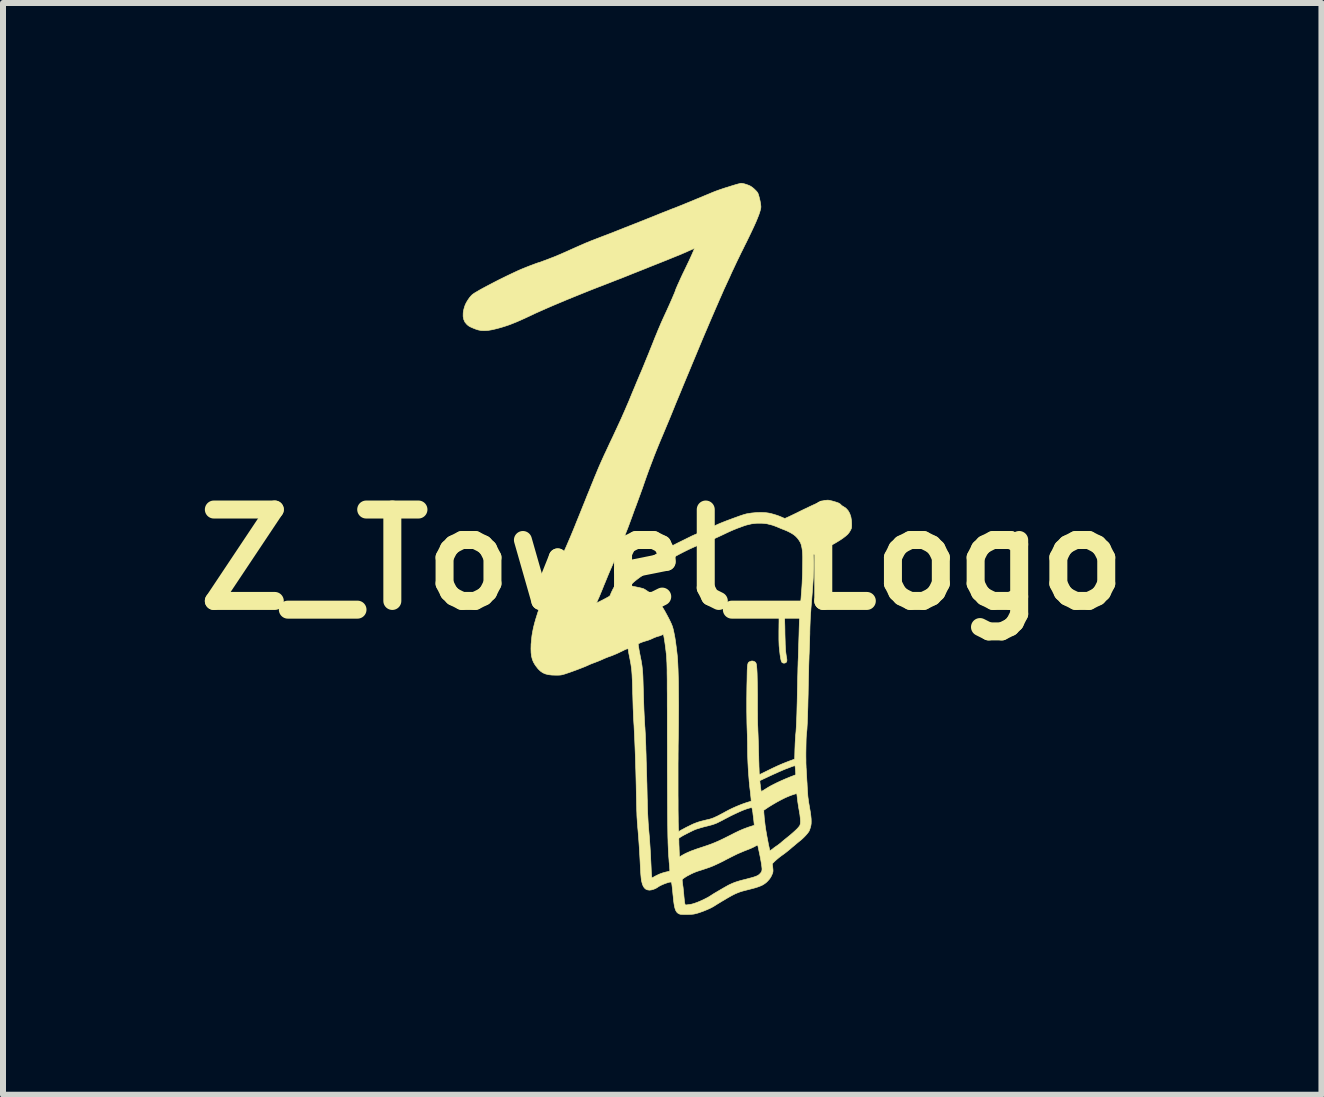
<source format=kicad_pcb>
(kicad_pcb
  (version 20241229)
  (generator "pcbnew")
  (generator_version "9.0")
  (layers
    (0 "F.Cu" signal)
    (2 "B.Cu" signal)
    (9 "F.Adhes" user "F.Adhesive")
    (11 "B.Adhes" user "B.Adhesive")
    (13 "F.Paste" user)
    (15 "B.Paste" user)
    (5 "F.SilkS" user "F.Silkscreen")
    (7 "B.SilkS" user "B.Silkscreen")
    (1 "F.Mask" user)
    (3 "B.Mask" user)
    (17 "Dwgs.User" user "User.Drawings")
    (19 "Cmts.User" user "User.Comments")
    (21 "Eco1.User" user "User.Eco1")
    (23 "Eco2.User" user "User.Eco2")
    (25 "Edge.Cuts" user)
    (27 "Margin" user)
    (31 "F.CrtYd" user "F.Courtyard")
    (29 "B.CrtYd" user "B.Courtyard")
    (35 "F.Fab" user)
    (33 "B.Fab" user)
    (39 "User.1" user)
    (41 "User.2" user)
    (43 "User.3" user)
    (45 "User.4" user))
  (footprint "Z_Towel_Logo"
    (layer "F.Cu")
    (at 7.99 6.279)
    (property "Reference" "Z_Towel_Logo" (at 0 0 0) (layer "F.SilkS") (effects (font (size 1.524 1.524) (thickness 0.3))))
    (attr through_hole)
    (fp_poly (pts (xy 2.015 0.796) (xy 2.024 0.807) (xy 2.032 0.824) (xy 2.033 0.829) (xy 2.034 0.84) (xy 2.036 0.864) (xy 2.038 0.897) (xy 2.039 0.939) (xy 2.041 0.989) (xy 2.042 1.045) (xy 2.044 1.107) (xy 2.045 1.159) (xy 2.046 1.24) (xy 2.048 1.31) (xy 2.05 1.371) (xy 2.051 1.422) (xy 2.054 1.466) (xy 2.056 1.505) (xy 2.059 1.539) (xy 2.063 1.57) (xy 2.067 1.599) (xy 2.072 1.628) (xy 2.073 1.63) (xy 2.078 1.664) (xy 2.078 1.689) (xy 2.073 1.706) (xy 2.062 1.717) (xy 2.062 1.718) (xy 2.041 1.726) (xy 2.02 1.726) (xy 2.001 1.718) (xy 1.997 1.715) (xy 1.99 1.703) (xy 1.983 1.686) (xy 1.977 1.66) (xy 1.971 1.626) (xy 1.964 1.582) (xy 1.958 1.527) (xy 1.956 1.51) (xy 1.953 1.481) (xy 1.95 1.454) (xy 1.948 1.427) (xy 1.947 1.399) (xy 1.946 1.369) (xy 1.945 1.335) (xy 1.945 1.294) (xy 1.945 1.247) (xy 1.945 1.19) (xy 1.946 1.123) (xy 1.946 1.102) (xy 1.947 1.033) (xy 1.947 0.975) (xy 1.948 0.928) (xy 1.949 0.891) (xy 1.95 0.862) (xy 1.951 0.84) (xy 1.953 0.824) (xy 1.954 0.813) (xy 1.956 0.805) (xy 1.959 0.801) (xy 1.96 0.799) (xy 1.976 0.79) (xy 1.997 0.788) (xy 2.015 0.796)) (stroke (width 0.01) (type solid)) (fill yes) (layer "F.SilkS"))
    (fp_poly (pts (xy 1.339 -6.271) (xy 1.371 -6.264) (xy 1.406 -6.253) (xy 1.441 -6.24) (xy 1.464 -6.23) (xy 1.493 -6.212) (xy 1.525 -6.187) (xy 1.548 -6.165) (xy 1.57 -6.143) (xy 1.585 -6.125) (xy 1.595 -6.109) (xy 1.602 -6.091) (xy 1.607 -6.076) (xy 1.621 -6.025) (xy 1.632 -5.976) (xy 1.64 -5.931) (xy 1.644 -5.895) (xy 1.645 -5.883) (xy 1.643 -5.858) (xy 1.636 -5.828) (xy 1.625 -5.79) (xy 1.61 -5.746) (xy 1.589 -5.693) (xy 1.564 -5.632) (xy 1.533 -5.563) (xy 1.496 -5.484) (xy 1.454 -5.396) (xy 1.406 -5.297) (xy 1.375 -5.236) (xy 1.345 -5.174) (xy 1.313 -5.111) (xy 1.283 -5.048) (xy 1.253 -4.987) (xy 1.226 -4.93) (xy 1.202 -4.879) (xy 1.182 -4.836) (xy 1.172 -4.816) (xy 1.149 -4.766) (xy 1.124 -4.709) (xy 1.097 -4.651) (xy 1.071 -4.595) (xy 1.049 -4.546) (xy 1.044 -4.537) (xy 1.028 -4.502) (xy 1.008 -4.456) (xy 0.984 -4.401) (xy 0.956 -4.338) (xy 0.926 -4.268) (xy 0.893 -4.193) (xy 0.859 -4.114) (xy 0.823 -4.031) (xy 0.787 -3.947) (xy 0.751 -3.862) (xy 0.715 -3.778) (xy 0.68 -3.696) (xy 0.647 -3.617) (xy 0.62 -3.552) (xy 0.562 -3.412) (xy 0.505 -3.276) (xy 0.451 -3.145) (xy 0.399 -3.021) (xy 0.35 -2.903) (xy 0.305 -2.793) (xy 0.263 -2.692) (xy 0.225 -2.601) (xy 0.192 -2.519) (xy 0.175 -2.477) (xy 0.151 -2.418) (xy 0.126 -2.357) (xy 0.101 -2.297) (xy 0.077 -2.24) (xy 0.055 -2.187) (xy 0.036 -2.142) (xy 0.022 -2.108) (xy -0.033 -1.978) (xy -0.083 -1.856) (xy -0.13 -1.739) (xy -0.174 -1.623) (xy -0.218 -1.507) (xy -0.262 -1.386) (xy -0.307 -1.257) (xy -0.311 -1.245) (xy -0.328 -1.195) (xy -0.349 -1.138) (xy -0.371 -1.077) (xy -0.393 -1.017) (xy -0.413 -0.962) (xy -0.419 -0.946) (xy -0.438 -0.894) (xy -0.46 -0.837) (xy -0.481 -0.779) (xy -0.501 -0.723) (xy -0.519 -0.674) (xy -0.525 -0.658) (xy -0.547 -0.598) (xy -0.573 -0.528) (xy -0.604 -0.45) (xy -0.637 -0.366) (xy -0.673 -0.279) (xy -0.71 -0.189) (xy -0.747 -0.1) (xy -0.785 -0.012) (xy -0.819 0.067) (xy -0.844 0.124) (xy -0.872 0.188) (xy -0.9 0.254) (xy -0.927 0.32) (xy -0.952 0.381) (xy -0.971 0.426) (xy -0.99 0.474) (xy -1.009 0.521) (xy -1.028 0.566) (xy -1.044 0.606) (xy -1.058 0.638) (xy -1.069 0.661) (xy -1.069 0.662) (xy -1.08 0.687) (xy -1.089 0.707) (xy -1.094 0.72) (xy -1.094 0.724) (xy -1.088 0.721) (xy -1.072 0.713) (xy -1.048 0.701) (xy -1.019 0.686) (xy -0.985 0.669) (xy -0.981 0.666) (xy -0.943 0.647) (xy -0.915 0.631) (xy -0.894 0.62) (xy -0.881 0.61) (xy -0.872 0.603) (xy -0.867 0.595) (xy -0.864 0.587) (xy -0.863 0.586) (xy -0.854 0.561) (xy -0.839 0.529) (xy -0.822 0.494) (xy -0.803 0.459) (xy -0.785 0.429) (xy -0.782 0.425) (xy -0.517 0.425) (xy -0.516 0.435) (xy -0.505 0.442) (xy -0.487 0.447) (xy -0.481 0.447) (xy -0.449 0.453) (xy -0.415 0.46) (xy -0.381 0.467) (xy -0.349 0.475) (xy -0.325 0.481) (xy -0.309 0.487) (xy -0.308 0.487) (xy -0.273 0.508) (xy -0.233 0.535) (xy -0.191 0.567) (xy -0.149 0.602) (xy -0.112 0.637) (xy -0.082 0.669) (xy -0.074 0.678) (xy -0.048 0.713) (xy -0.019 0.756) (xy 0.011 0.805) (xy 0.043 0.858) (xy 0.073 0.913) (xy 0.102 0.967) (xy 0.128 1.018) (xy 0.15 1.065) (xy 0.166 1.104) (xy 0.171 1.118) (xy 0.181 1.152) (xy 0.191 1.195) (xy 0.201 1.244) (xy 0.211 1.296) (xy 0.219 1.348) (xy 0.225 1.39) (xy 0.23 1.429) (xy 0.236 1.474) (xy 0.241 1.518) (xy 0.244 1.54) (xy 0.25 1.594) (xy 0.256 1.66) (xy 0.26 1.738) (xy 0.264 1.827) (xy 0.267 1.928) (xy 0.27 2.04) (xy 0.271 2.162) (xy 0.272 2.295) (xy 0.273 2.437) (xy 0.272 2.588) (xy 0.271 2.749) (xy 0.269 2.918) (xy 0.267 3.046) (xy 0.266 3.104) (xy 0.266 3.169) (xy 0.265 3.24) (xy 0.265 3.317) (xy 0.264 3.399) (xy 0.264 3.485) (xy 0.264 3.573) (xy 0.264 3.662) (xy 0.264 3.752) (xy 0.264 3.841) (xy 0.264 3.929) (xy 0.265 4.014) (xy 0.265 4.096) (xy 0.265 4.173) (xy 0.266 4.244) (xy 0.267 4.309) (xy 0.267 4.366) (xy 0.268 4.414) (xy 0.269 4.452) (xy 0.27 4.48) (xy 0.271 4.494) (xy 0.274 4.534) (xy 0.313 4.511) (xy 0.334 4.5) (xy 0.362 4.485) (xy 0.395 4.467) (xy 0.429 4.45) (xy 0.434 4.448) (xy 0.478 4.426) (xy 0.518 4.407) (xy 0.556 4.392) (xy 0.594 4.378) (xy 0.636 4.365) (xy 0.684 4.353) (xy 0.74 4.339) (xy 0.778 4.331) (xy 0.802 4.324) (xy 0.827 4.316) (xy 0.854 4.306) (xy 0.885 4.292) (xy 0.922 4.275) (xy 0.964 4.253) (xy 1.015 4.226) (xy 1.075 4.193) (xy 1.079 4.191) (xy 1.123 4.168) (xy 1.175 4.143) (xy 1.231 4.118) (xy 1.289 4.094) (xy 1.343 4.073) (xy 1.392 4.056) (xy 1.416 4.048) (xy 1.483 4.028) (xy 1.481 3.987) (xy 1.479 3.968) (xy 1.476 3.939) (xy 1.472 3.903) (xy 1.468 3.863) (xy 1.463 3.824) (xy 1.456 3.765) (xy 1.45 3.698) (xy 1.449 3.686) (xy 1.627 3.686) (xy 1.627 3.692) (xy 1.629 3.708) (xy 1.631 3.732) (xy 1.635 3.759) (xy 1.638 3.787) (xy 1.642 3.814) (xy 1.645 3.836) (xy 1.648 3.851) (xy 1.648 3.853) (xy 1.651 3.863) (xy 1.656 3.864) (xy 1.667 3.858) (xy 1.67 3.856) (xy 1.683 3.849) (xy 1.703 3.836) (xy 1.729 3.82) (xy 1.757 3.803) (xy 1.759 3.801) (xy 1.802 3.776) (xy 1.856 3.748) (xy 1.916 3.718) (xy 1.981 3.688) (xy 2.049 3.658) (xy 2.117 3.63) (xy 2.134 3.623) (xy 2.227 3.587) (xy 2.224 3.551) (xy 2.221 3.504) (xy 2.218 3.47) (xy 2.215 3.447) (xy 2.211 3.436) (xy 2.21 3.435) (xy 2.201 3.438) (xy 2.182 3.444) (xy 2.156 3.453) (xy 2.125 3.465) (xy 2.091 3.478) (xy 2.056 3.491) (xy 2.022 3.505) (xy 2.007 3.511) (xy 1.988 3.52) (xy 1.961 3.531) (xy 1.928 3.546) (xy 1.891 3.563) (xy 1.85 3.581) (xy 1.809 3.6) (xy 1.768 3.619) (xy 1.73 3.637) (xy 1.695 3.653) (xy 1.666 3.667) (xy 1.643 3.678) (xy 1.63 3.684) (xy 1.627 3.686) (xy 1.449 3.686) (xy 1.444 3.624) (xy 1.438 3.546) (xy 1.433 3.467) (xy 1.429 3.389) (xy 1.426 3.316) (xy 1.424 3.25) (xy 1.423 3.194) (xy 1.423 3.156) (xy 1.422 3.109) (xy 1.422 3.055) (xy 1.42 2.997) (xy 1.419 2.938) (xy 1.417 2.881) (xy 1.417 2.877) (xy 1.414 2.798) (xy 1.412 2.726) (xy 1.411 2.659) (xy 1.41 2.594) (xy 1.409 2.529) (xy 1.409 2.463) (xy 1.409 2.393) (xy 1.409 2.318) (xy 1.41 2.235) (xy 1.411 2.143) (xy 1.412 2.089) (xy 1.414 2.012) (xy 1.415 1.946) (xy 1.416 1.89) (xy 1.417 1.845) (xy 1.419 1.808) (xy 1.421 1.778) (xy 1.424 1.756) (xy 1.428 1.738) (xy 1.432 1.726) (xy 1.437 1.717) (xy 1.444 1.71) (xy 1.452 1.705) (xy 1.461 1.701) (xy 1.462 1.7) (xy 1.488 1.691) (xy 1.512 1.691) (xy 1.533 1.699) (xy 1.545 1.705) (xy 1.554 1.712) (xy 1.561 1.722) (xy 1.567 1.736) (xy 1.571 1.755) (xy 1.574 1.781) (xy 1.577 1.816) (xy 1.58 1.861) (xy 1.582 1.903) (xy 1.583 1.942) (xy 1.584 1.992) (xy 1.585 2.051) (xy 1.586 2.116) (xy 1.587 2.185) (xy 1.588 2.256) (xy 1.588 2.327) (xy 1.588 2.378) (xy 1.588 2.445) (xy 1.588 2.513) (xy 1.589 2.579) (xy 1.589 2.642) (xy 1.59 2.699) (xy 1.591 2.749) (xy 1.593 2.79) (xy 1.594 2.816) (xy 1.595 2.849) (xy 1.597 2.892) (xy 1.599 2.944) (xy 1.601 3.002) (xy 1.603 3.065) (xy 1.605 3.13) (xy 1.606 3.196) (xy 1.607 3.226) (xy 1.609 3.287) (xy 1.61 3.345) (xy 1.612 3.398) (xy 1.613 3.446) (xy 1.615 3.487) (xy 1.616 3.52) (xy 1.617 3.542) (xy 1.617 3.551) (xy 1.62 3.586) (xy 1.758 3.518) (xy 1.85 3.473) (xy 1.934 3.434) (xy 2.013 3.4) (xy 2.089 3.37) (xy 2.134 3.353) (xy 2.208 3.326) (xy 2.212 3.163) (xy 2.214 3.113) (xy 2.216 3.061) (xy 2.219 3.01) (xy 2.222 2.964) (xy 2.224 2.926) (xy 2.226 2.911) (xy 2.23 2.871) (xy 2.233 2.825) (xy 2.236 2.772) (xy 2.239 2.71) (xy 2.242 2.639) (xy 2.245 2.559) (xy 2.247 2.469) (xy 2.25 2.368) (xy 2.252 2.256) (xy 2.254 2.153) (xy 2.256 2.082) (xy 2.257 2.01) (xy 2.259 1.94) (xy 2.261 1.872) (xy 2.262 1.809) (xy 2.264 1.753) (xy 2.265 1.706) (xy 2.267 1.669) (xy 2.267 1.664) (xy 2.269 1.624) (xy 2.27 1.574) (xy 2.272 1.516) (xy 2.274 1.453) (xy 2.276 1.387) (xy 2.278 1.322) (xy 2.28 1.264) (xy 2.282 1.185) (xy 2.284 1.117) (xy 2.286 1.056) (xy 2.288 1) (xy 2.291 0.947) (xy 2.294 0.895) (xy 2.298 0.84) (xy 2.303 0.78) (xy 2.308 0.714) (xy 2.315 0.634) (xy 2.32 0.564) (xy 2.325 0.502) (xy 2.329 0.447) (xy 2.332 0.396) (xy 2.334 0.347) (xy 2.336 0.298) (xy 2.338 0.246) (xy 2.339 0.191) (xy 2.34 0.13) (xy 2.341 0.06) (xy 2.342 0.001) (xy 2.342 -0.049) (xy 2.34 -0.09) (xy 2.338 -0.126) (xy 2.335 -0.157) (xy 2.331 -0.185) (xy 2.326 -0.212) (xy 2.319 -0.239) (xy 2.314 -0.259) (xy 2.301 -0.289) (xy 2.28 -0.323) (xy 2.253 -0.359) (xy 2.222 -0.391) (xy 2.222 -0.391) (xy 2.195 -0.413) (xy 2.16 -0.436) (xy 2.12 -0.458) (xy 2.079 -0.478) (xy 2.043 -0.493) (xy 2.015 -0.504) (xy 1.981 -0.517) (xy 1.949 -0.531) (xy 1.943 -0.533) (xy 1.911 -0.547) (xy 1.874 -0.561) (xy 1.838 -0.574) (xy 1.826 -0.577) (xy 1.747 -0.597) (xy 1.663 -0.606) (xy 1.576 -0.606) (xy 1.489 -0.596) (xy 1.405 -0.576) (xy 1.362 -0.562) (xy 1.328 -0.55) (xy 1.289 -0.535) (xy 1.254 -0.523) (xy 1.248 -0.52) (xy 1.225 -0.511) (xy 1.193 -0.498) (xy 1.155 -0.482) (xy 1.113 -0.463) (xy 1.072 -0.444) (xy 1.06 -0.438) (xy 0.982 -0.401) (xy 0.913 -0.369) (xy 0.852 -0.342) (xy 0.797 -0.317) (xy 0.746 -0.296) (xy 0.697 -0.276) (xy 0.649 -0.257) (xy 0.606 -0.241) (xy 0.566 -0.225) (xy 0.518 -0.204) (xy 0.463 -0.179) (xy 0.405 -0.151) (xy 0.345 -0.121) (xy 0.287 -0.091) (xy 0.235 -0.063) (xy 0.212 -0.05) (xy 0.18 -0.033) (xy 0.146 -0.015) (xy 0.11 0.005) (xy 0.102 0.009) (xy -0.003 0.066) (xy -0.096 0.119) (xy -0.179 0.168) (xy -0.253 0.213) (xy -0.319 0.257) (xy -0.377 0.298) (xy -0.429 0.337) (xy -0.43 0.338) (xy -0.467 0.368) (xy -0.493 0.392) (xy -0.51 0.411) (xy -0.517 0.425) (xy -0.782 0.425) (xy -0.776 0.415) (xy -0.751 0.383) (xy -0.717 0.345) (xy -0.676 0.304) (xy -0.629 0.261) (xy -0.578 0.218) (xy -0.524 0.176) (xy -0.47 0.136) (xy -0.47 0.136) (xy -0.421 0.103) (xy -0.364 0.066) (xy -0.299 0.026) (xy -0.23 -0.015) (xy -0.159 -0.057) (xy -0.088 -0.097) (xy -0.02 -0.134) (xy 0.013 -0.151) (xy 0.072 -0.181) (xy 0.132 -0.213) (xy 0.194 -0.244) (xy 0.254 -0.275) (xy 0.313 -0.304) (xy 0.368 -0.331) (xy 0.418 -0.356) (xy 0.461 -0.377) (xy 0.497 -0.395) (xy 0.524 -0.407) (xy 0.534 -0.412) (xy 0.562 -0.423) (xy 0.598 -0.439) (xy 0.641 -0.458) (xy 0.688 -0.479) (xy 0.737 -0.501) (xy 0.785 -0.523) (xy 0.83 -0.543) (xy 0.869 -0.561) (xy 0.899 -0.575) (xy 0.932 -0.59) (xy 0.972 -0.607) (xy 1.019 -0.626) (xy 1.07 -0.646) (xy 1.124 -0.666) (xy 1.177 -0.686) (xy 1.23 -0.705) (xy 1.279 -0.723) (xy 1.323 -0.738) (xy 1.36 -0.75) (xy 1.389 -0.758) (xy 1.402 -0.762) (xy 1.487 -0.776) (xy 1.572 -0.784) (xy 1.653 -0.786) (xy 1.729 -0.782) (xy 1.778 -0.775) (xy 1.815 -0.767) (xy 1.858 -0.755) (xy 1.904 -0.741) (xy 1.947 -0.726) (xy 1.983 -0.711) (xy 1.992 -0.707) (xy 2.015 -0.697) (xy 2.033 -0.69) (xy 2.043 -0.686) (xy 2.044 -0.686) (xy 2.052 -0.689) (xy 2.071 -0.697) (xy 2.1 -0.71) (xy 2.138 -0.728) (xy 2.186 -0.751) (xy 2.242 -0.778) (xy 2.306 -0.81) (xy 2.378 -0.845) (xy 2.388 -0.849) (xy 2.462 -0.885) (xy 2.527 -0.915) (xy 2.582 -0.94) (xy 2.629 -0.959) (xy 2.67 -0.973) (xy 2.704 -0.983) (xy 2.734 -0.989) (xy 2.759 -0.991) (xy 2.761 -0.991) (xy 2.781 -0.989) (xy 2.808 -0.983) (xy 2.841 -0.975) (xy 2.876 -0.965) (xy 2.908 -0.955) (xy 2.935 -0.945) (xy 2.948 -0.939) (xy 2.965 -0.928) (xy 2.978 -0.917) (xy 2.98 -0.914) (xy 2.99 -0.903) (xy 3.007 -0.892) (xy 3.016 -0.887) (xy 3.061 -0.858) (xy 3.097 -0.819) (xy 3.125 -0.771) (xy 3.145 -0.713) (xy 3.156 -0.646) (xy 3.158 -0.597) (xy 3.158 -0.566) (xy 3.157 -0.544) (xy 3.155 -0.527) (xy 3.15 -0.512) (xy 3.141 -0.494) (xy 3.139 -0.489) (xy 3.12 -0.457) (xy 3.096 -0.426) (xy 3.085 -0.415) (xy 3.056 -0.39) (xy 3.017 -0.36) (xy 2.972 -0.329) (xy 2.922 -0.298) (xy 2.87 -0.267) (xy 2.829 -0.245) (xy 2.795 -0.227) (xy 2.755 -0.206) (xy 2.71 -0.182) (xy 2.666 -0.158) (xy 2.634 -0.141) (xy 2.521 -0.08) (xy 2.525 0.005) (xy 2.526 0.048) (xy 2.526 0.1) (xy 2.525 0.161) (xy 2.522 0.231) (xy 2.518 0.312) (xy 2.512 0.403) (xy 2.505 0.505) (xy 2.496 0.618) (xy 2.486 0.74) (xy 2.479 0.822) (xy 2.474 0.898) (xy 2.469 0.971) (xy 2.466 1.045) (xy 2.463 1.122) (xy 2.461 1.208) (xy 2.461 1.235) (xy 2.459 1.29) (xy 2.458 1.348) (xy 2.456 1.405) (xy 2.454 1.459) (xy 2.452 1.505) (xy 2.451 1.54) (xy 2.45 1.566) (xy 2.448 1.603) (xy 2.447 1.65) (xy 2.445 1.705) (xy 2.443 1.768) (xy 2.442 1.837) (xy 2.44 1.911) (xy 2.438 1.987) (xy 2.436 2.066) (xy 2.435 2.118) (xy 2.433 2.24) (xy 2.43 2.35) (xy 2.428 2.448) (xy 2.425 2.536) (xy 2.423 2.613) (xy 2.42 2.68) (xy 2.418 2.737) (xy 2.415 2.786) (xy 2.413 2.827) (xy 2.41 2.86) (xy 2.407 2.887) (xy 2.406 2.897) (xy 2.404 2.921) (xy 2.401 2.955) (xy 2.399 2.999) (xy 2.398 3.049) (xy 2.397 3.104) (xy 2.396 3.163) (xy 2.395 3.223) (xy 2.395 3.282) (xy 2.396 3.339) (xy 2.396 3.392) (xy 2.398 3.438) (xy 2.399 3.475) (xy 2.4 3.478) (xy 2.402 3.517) (xy 2.405 3.566) (xy 2.408 3.62) (xy 2.411 3.677) (xy 2.415 3.732) (xy 2.416 3.759) (xy 2.419 3.816) (xy 2.422 3.862) (xy 2.425 3.901) (xy 2.427 3.934) (xy 2.43 3.963) (xy 2.434 3.992) (xy 2.438 4.022) (xy 2.443 4.056) (xy 2.45 4.096) (xy 2.458 4.143) (xy 2.47 4.213) (xy 2.478 4.273) (xy 2.483 4.324) (xy 2.484 4.367) (xy 2.483 4.404) (xy 2.478 4.436) (xy 2.47 4.466) (xy 2.47 4.467) (xy 2.462 4.492) (xy 2.454 4.514) (xy 2.447 4.529) (xy 2.447 4.529) (xy 2.435 4.547) (xy 2.416 4.571) (xy 2.392 4.599) (xy 2.365 4.627) (xy 2.338 4.653) (xy 2.312 4.676) (xy 2.302 4.684) (xy 2.283 4.699) (xy 2.256 4.721) (xy 2.225 4.747) (xy 2.192 4.775) (xy 2.165 4.797) (xy 2.133 4.825) (xy 2.1 4.852) (xy 2.069 4.877) (xy 2.043 4.897) (xy 2.027 4.909) (xy 1.986 4.938) (xy 1.944 4.97) (xy 1.905 5.003) (xy 1.872 5.033) (xy 1.862 5.043) (xy 1.835 5.071) (xy 1.843 5.135) (xy 1.846 5.165) (xy 1.847 5.186) (xy 1.846 5.202) (xy 1.843 5.218) (xy 1.837 5.236) (xy 1.835 5.24) (xy 1.816 5.282) (xy 1.792 5.321) (xy 1.758 5.36) (xy 1.756 5.362) (xy 1.732 5.385) (xy 1.705 5.405) (xy 1.675 5.424) (xy 1.641 5.44) (xy 1.599 5.456) (xy 1.55 5.472) (xy 1.49 5.488) (xy 1.435 5.502) (xy 1.381 5.516) (xy 1.335 5.528) (xy 1.294 5.541) (xy 1.255 5.556) (xy 1.217 5.572) (xy 1.177 5.592) (xy 1.133 5.616) (xy 1.082 5.645) (xy 1.029 5.677) (xy 0.991 5.699) (xy 0.957 5.72) (xy 0.927 5.738) (xy 0.903 5.753) (xy 0.887 5.763) (xy 0.883 5.766) (xy 0.845 5.789) (xy 0.797 5.814) (xy 0.743 5.838) (xy 0.684 5.862) (xy 0.625 5.883) (xy 0.591 5.894) (xy 0.564 5.901) (xy 0.541 5.907) (xy 0.519 5.911) (xy 0.495 5.913) (xy 0.465 5.915) (xy 0.425 5.916) (xy 0.419 5.916) (xy 0.383 5.916) (xy 0.349 5.916) (xy 0.322 5.915) (xy 0.303 5.913) (xy 0.297 5.912) (xy 0.274 5.903) (xy 0.255 5.89) (xy 0.239 5.873) (xy 0.225 5.849) (xy 0.214 5.819) (xy 0.204 5.781) (xy 0.196 5.733) (xy 0.188 5.675) (xy 0.182 5.606) (xy 0.18 5.594) (xy 0.175 5.539) (xy 0.17 5.49) (xy 0.165 5.449) (xy 0.161 5.416) (xy 0.157 5.392) (xy 0.153 5.38) (xy 0.153 5.379) (xy 0.144 5.376) (xy 0.125 5.377) (xy 0.1 5.383) (xy 0.07 5.393) (xy 0.037 5.405) (xy 0.003 5.419) (xy -0.029 5.434) (xy -0.058 5.45) (xy -0.08 5.465) (xy -0.11 5.483) (xy -0.145 5.497) (xy -0.181 5.507) (xy -0.214 5.511) (xy -0.22 5.51) (xy -0.25 5.505) (xy -0.276 5.493) (xy -0.297 5.474) (xy -0.315 5.448) (xy -0.33 5.413) (xy -0.342 5.368) (xy -0.346 5.342) (xy 0.333 5.342) (xy 0.334 5.36) (xy 0.337 5.386) (xy 0.341 5.417) (xy 0.342 5.427) (xy 0.348 5.466) (xy 0.352 5.507) (xy 0.356 5.545) (xy 0.359 5.575) (xy 0.362 5.612) (xy 0.366 5.651) (xy 0.37 5.688) (xy 0.374 5.72) (xy 0.379 5.743) (xy 0.379 5.745) (xy 0.383 5.754) (xy 0.392 5.757) (xy 0.405 5.757) (xy 0.426 5.754) (xy 0.451 5.751) (xy 0.46 5.75) (xy 0.492 5.744) (xy 0.533 5.732) (xy 0.579 5.716) (xy 0.628 5.696) (xy 0.679 5.673) (xy 0.727 5.649) (xy 0.772 5.625) (xy 0.806 5.604) (xy 0.832 5.587) (xy 0.865 5.566) (xy 0.904 5.543) (xy 0.945 5.519) (xy 0.988 5.494) (xy 1.029 5.47) (xy 1.068 5.448) (xy 1.1 5.43) (xy 1.126 5.417) (xy 1.135 5.413) (xy 1.173 5.396) (xy 1.21 5.381) (xy 1.25 5.368) (xy 1.295 5.354) (xy 1.348 5.34) (xy 1.374 5.334) (xy 1.434 5.318) (xy 1.483 5.305) (xy 1.522 5.294) (xy 1.554 5.283) (xy 1.579 5.273) (xy 1.599 5.262) (xy 1.615 5.251) (xy 1.628 5.238) (xy 1.641 5.224) (xy 1.652 5.209) (xy 1.659 5.194) (xy 1.663 5.176) (xy 1.664 5.154) (xy 1.661 5.124) (xy 1.656 5.085) (xy 1.654 5.07) (xy 1.651 5.052) (xy 1.646 5.025) (xy 1.64 4.991) (xy 1.633 4.954) (xy 1.625 4.915) (xy 1.617 4.877) (xy 1.609 4.84) (xy 1.602 4.808) (xy 1.597 4.782) (xy 1.592 4.764) (xy 1.59 4.758) (xy 1.585 4.76) (xy 1.571 4.767) (xy 1.551 4.778) (xy 1.545 4.782) (xy 1.521 4.794) (xy 1.489 4.809) (xy 1.454 4.824) (xy 1.419 4.838) (xy 1.418 4.838) (xy 1.362 4.86) (xy 1.31 4.882) (xy 1.258 4.904) (xy 1.205 4.93) (xy 1.147 4.959) (xy 1.08 4.993) (xy 1.078 4.994) (xy 1.012 5.029) (xy 0.953 5.058) (xy 0.9 5.083) (xy 0.849 5.106) (xy 0.799 5.126) (xy 0.745 5.145) (xy 0.685 5.165) (xy 0.617 5.187) (xy 0.594 5.194) (xy 0.561 5.206) (xy 0.524 5.221) (xy 0.485 5.239) (xy 0.447 5.259) (xy 0.41 5.278) (xy 0.379 5.298) (xy 0.354 5.315) (xy 0.337 5.329) (xy 0.334 5.334) (xy 0.333 5.342) (xy -0.346 5.342) (xy -0.351 5.313) (xy -0.357 5.248) (xy -0.362 5.17) (xy -0.362 5.169) (xy -0.371 4.992) (xy -0.381 4.816) (xy -0.393 4.646) (xy -0.403 4.521) (xy -0.408 4.469) (xy -0.411 4.423) (xy -0.415 4.382) (xy -0.417 4.343) (xy -0.42 4.305) (xy -0.422 4.267) (xy -0.423 4.226) (xy -0.425 4.182) (xy -0.426 4.132) (xy -0.428 4.076) (xy -0.429 4.011) (xy -0.431 3.935) (xy -0.432 3.886) (xy -0.434 3.768) (xy -0.437 3.649) (xy -0.44 3.531) (xy -0.444 3.415) (xy -0.447 3.303) (xy -0.451 3.196) (xy -0.455 3.094) (xy -0.459 2.999) (xy -0.463 2.912) (xy -0.467 2.835) (xy -0.47 2.769) (xy -0.473 2.724) (xy -0.475 2.692) (xy -0.478 2.649) (xy -0.48 2.597) (xy -0.482 2.538) (xy -0.485 2.473) (xy -0.487 2.404) (xy -0.489 2.333) (xy -0.491 2.262) (xy -0.492 2.242) (xy -0.494 2.158) (xy -0.496 2.086) (xy -0.498 2.023) (xy -0.501 1.969) (xy -0.503 1.922) (xy -0.506 1.88) (xy -0.509 1.842) (xy -0.513 1.807) (xy -0.518 1.773) (xy -0.523 1.739) (xy -0.53 1.702) (xy -0.537 1.663) (xy -0.543 1.634) (xy -0.55 1.598) (xy -0.557 1.564) (xy -0.561 1.537) (xy -0.564 1.518) (xy -0.565 1.51) (xy -0.566 1.498) (xy -0.569 1.491) (xy -0.575 1.487) (xy -0.586 1.488) (xy -0.603 1.494) (xy -0.628 1.505) (xy -0.662 1.522) (xy -0.683 1.532) (xy -0.722 1.551) (xy -0.763 1.57) (xy -0.802 1.586) (xy -0.835 1.6) (xy -0.854 1.607) (xy -0.887 1.618) (xy -0.926 1.633) (xy -0.965 1.649) (xy -0.991 1.661) (xy -1.027 1.677) (xy -1.068 1.694) (xy -1.107 1.709) (xy -1.13 1.718) (xy -1.163 1.73) (xy -1.196 1.743) (xy -1.225 1.756) (xy -1.238 1.762) (xy -1.258 1.771) (xy -1.288 1.784) (xy -1.326 1.799) (xy -1.37 1.816) (xy -1.416 1.834) (xy -1.465 1.852) (xy -1.512 1.869) (xy -1.557 1.885) (xy -1.597 1.898) (xy -1.619 1.906) (xy -1.647 1.914) (xy -1.669 1.92) (xy -1.69 1.924) (xy -1.712 1.926) (xy -1.74 1.927) (xy -1.775 1.927) (xy -1.843 1.925) (xy -1.9 1.918) (xy -1.95 1.905) (xy -1.993 1.886) (xy -2.032 1.858) (xy -2.069 1.822) (xy -2.105 1.776) (xy -2.123 1.75) (xy -2.148 1.707) (xy -2.166 1.661) (xy -2.179 1.61) (xy -2.186 1.552) (xy -2.188 1.485) (xy -2.186 1.409) (xy -0.4 1.409) (xy -0.399 1.422) (xy -0.396 1.445) (xy -0.391 1.475) (xy -0.385 1.511) (xy -0.378 1.55) (xy -0.37 1.589) (xy -0.363 1.627) (xy -0.362 1.632) (xy -0.352 1.679) (xy -0.345 1.722) (xy -0.338 1.764) (xy -0.333 1.805) (xy -0.329 1.848) (xy -0.325 1.895) (xy -0.322 1.949) (xy -0.32 2.01) (xy -0.318 2.081) (xy -0.317 2.108) (xy -0.313 2.249) (xy -0.309 2.378) (xy -0.305 2.495) (xy -0.3 2.601) (xy -0.295 2.696) (xy -0.29 2.782) (xy -0.288 2.8) (xy -0.286 2.84) (xy -0.283 2.889) (xy -0.28 2.946) (xy -0.278 3.007) (xy -0.275 3.069) (xy -0.273 3.129) (xy -0.273 3.15) (xy -0.269 3.255) (xy -0.267 3.35) (xy -0.264 3.434) (xy -0.262 3.509) (xy -0.26 3.576) (xy -0.258 3.637) (xy -0.257 3.692) (xy -0.255 3.743) (xy -0.254 3.791) (xy -0.253 3.837) (xy -0.252 3.883) (xy -0.251 3.93) (xy -0.25 3.978) (xy -0.248 4.029) (xy -0.248 4.042) (xy -0.246 4.133) (xy -0.243 4.219) (xy -0.239 4.299) (xy -0.235 4.371) (xy -0.231 4.433) (xy -0.229 4.461) (xy -0.214 4.63) (xy -0.203 4.788) (xy -0.194 4.934) (xy -0.191 5.01) (xy -0.187 5.086) (xy -0.184 5.15) (xy -0.182 5.203) (xy -0.179 5.245) (xy -0.177 5.275) (xy -0.174 5.292) (xy -0.174 5.294) (xy -0.171 5.308) (xy -0.141 5.291) (xy -0.121 5.279) (xy -0.094 5.266) (xy -0.066 5.252) (xy -0.06 5.249) (xy -0.031 5.237) (xy 0.006 5.224) (xy 0.042 5.214) (xy 0.056 5.21) (xy 0.083 5.204) (xy 0.106 5.198) (xy 0.121 5.194) (xy 0.125 5.192) (xy 0.126 5.184) (xy 0.126 5.167) (xy 0.124 5.14) (xy 0.122 5.108) (xy 0.119 5.075) (xy 0.115 5.04) (xy 0.113 5.005) (xy 0.11 4.969) (xy 0.107 4.933) (xy 0.105 4.895) (xy 0.103 4.856) (xy 0.101 4.814) (xy 0.099 4.769) (xy 0.097 4.721) (xy 0.096 4.669) (xy 0.095 4.646) (xy 0.276 4.646) (xy 0.278 4.696) (xy 0.278 4.72) (xy 0.279 4.754) (xy 0.281 4.793) (xy 0.282 4.833) (xy 0.283 4.852) (xy 0.287 4.958) (xy 0.332 4.93) (xy 0.357 4.916) (xy 0.389 4.899) (xy 0.424 4.883) (xy 0.447 4.873) (xy 0.482 4.858) (xy 0.524 4.843) (xy 0.567 4.827) (xy 0.6 4.816) (xy 0.682 4.789) (xy 0.753 4.765) (xy 0.817 4.742) (xy 0.877 4.718) (xy 0.933 4.694) (xy 0.989 4.668) (xy 1.048 4.639) (xy 1.112 4.607) (xy 1.118 4.604) (xy 1.208 4.558) (xy 1.289 4.519) (xy 1.365 4.487) (xy 1.436 4.461) (xy 1.476 4.448) (xy 1.501 4.44) (xy 1.521 4.434) (xy 1.532 4.43) (xy 1.535 4.43) (xy 1.534 4.423) (xy 1.533 4.407) (xy 1.53 4.382) (xy 1.527 4.352) (xy 1.523 4.318) (xy 1.519 4.283) (xy 1.514 4.249) (xy 1.511 4.218) (xy 1.507 4.193) (xy 1.506 4.186) (xy 1.693 4.186) (xy 1.693 4.204) (xy 1.695 4.231) (xy 1.698 4.265) (xy 1.701 4.304) (xy 1.706 4.346) (xy 1.711 4.39) (xy 1.716 4.433) (xy 1.722 4.474) (xy 1.724 4.489) (xy 1.73 4.524) (xy 1.737 4.565) (xy 1.745 4.61) (xy 1.754 4.658) (xy 1.763 4.704) (xy 1.771 4.749) (xy 1.78 4.788) (xy 1.787 4.82) (xy 1.792 4.843) (xy 1.794 4.85) (xy 1.8 4.85) (xy 1.814 4.842) (xy 1.836 4.827) (xy 1.843 4.821) (xy 1.867 4.802) (xy 1.891 4.785) (xy 1.91 4.772) (xy 1.915 4.769) (xy 1.932 4.757) (xy 1.954 4.74) (xy 1.977 4.722) (xy 1.981 4.718) (xy 2.005 4.697) (xy 2.034 4.673) (xy 2.064 4.649) (xy 2.076 4.639) (xy 2.131 4.595) (xy 2.179 4.553) (xy 2.22 4.516) (xy 2.254 4.483) (xy 2.278 4.455) (xy 2.294 4.433) (xy 2.296 4.428) (xy 2.303 4.401) (xy 2.305 4.363) (xy 2.302 4.313) (xy 2.295 4.252) (xy 2.283 4.181) (xy 2.275 4.137) (xy 2.268 4.091) (xy 2.261 4.046) (xy 2.256 4.007) (xy 2.253 3.985) (xy 2.25 3.955) (xy 2.247 3.929) (xy 2.244 3.911) (xy 2.242 3.904) (xy 2.242 3.903) (xy 2.234 3.903) (xy 2.217 3.907) (xy 2.192 3.915) (xy 2.162 3.925) (xy 2.129 3.937) (xy 2.095 3.951) (xy 2.062 3.965) (xy 2.047 3.972) (xy 1.983 4.004) (xy 1.914 4.041) (xy 1.842 4.083) (xy 1.772 4.126) (xy 1.708 4.169) (xy 1.693 4.179) (xy 1.693 4.186) (xy 1.506 4.186) (xy 1.505 4.177) (xy 1.499 4.152) (xy 1.493 4.137) (xy 1.489 4.134) (xy 1.48 4.136) (xy 1.461 4.14) (xy 1.437 4.147) (xy 1.428 4.149) (xy 1.388 4.163) (xy 1.338 4.182) (xy 1.281 4.207) (xy 1.218 4.236) (xy 1.149 4.269) (xy 1.078 4.306) (xy 1.054 4.318) (xy 1.006 4.344) (xy 0.967 4.364) (xy 0.935 4.38) (xy 0.908 4.393) (xy 0.883 4.403) (xy 0.858 4.412) (xy 0.831 4.421) (xy 0.8 4.429) (xy 0.763 4.439) (xy 0.73 4.447) (xy 0.687 4.458) (xy 0.644 4.47) (xy 0.606 4.482) (xy 0.573 4.492) (xy 0.55 4.5) (xy 0.546 4.502) (xy 0.515 4.516) (xy 0.478 4.534) (xy 0.438 4.554) (xy 0.399 4.574) (xy 0.362 4.593) (xy 0.332 4.61) (xy 0.309 4.624) (xy 0.307 4.625) (xy 0.276 4.646) (xy 0.095 4.646) (xy 0.094 4.612) (xy 0.093 4.549) (xy 0.092 4.481) (xy 0.091 4.407) (xy 0.09 4.326) (xy 0.089 4.237) (xy 0.089 4.14) (xy 0.088 4.035) (xy 0.088 3.921) (xy 0.087 3.797) (xy 0.087 3.663) (xy 0.086 3.518) (xy 0.086 3.362) (xy 0.086 3.195) (xy 0.086 3.099) (xy 0.085 2.942) (xy 0.085 2.797) (xy 0.085 2.664) (xy 0.085 2.541) (xy 0.084 2.429) (xy 0.084 2.327) (xy 0.084 2.234) (xy 0.083 2.15) (xy 0.083 2.074) (xy 0.083 2.006) (xy 0.082 1.945) (xy 0.081 1.89) (xy 0.081 1.841) (xy 0.08 1.797) (xy 0.079 1.758) (xy 0.078 1.723) (xy 0.076 1.692) (xy 0.075 1.664) (xy 0.073 1.638) (xy 0.072 1.614) (xy 0.07 1.592) (xy 0.068 1.57) (xy 0.065 1.549) (xy 0.063 1.527) (xy 0.06 1.504) (xy 0.057 1.479) (xy 0.054 1.457) (xy 0.049 1.417) (xy 0.043 1.375) (xy 0.037 1.336) (xy 0.031 1.301) (xy 0.026 1.273) (xy 0.021 1.256) (xy 0.019 1.249) (xy 0.013 1.249) (xy 0.001 1.254) (xy -0.006 1.257) (xy -0.025 1.265) (xy -0.05 1.274) (xy -0.07 1.279) (xy -0.096 1.287) (xy -0.127 1.299) (xy -0.157 1.312) (xy -0.162 1.315) (xy -0.194 1.329) (xy -0.23 1.343) (xy -0.265 1.354) (xy -0.27 1.355) (xy -0.305 1.366) (xy -0.338 1.377) (xy -0.365 1.388) (xy -0.386 1.398) (xy -0.398 1.406) (xy -0.4 1.409) (xy -2.186 1.409) (xy -2.186 1.408) (xy -2.185 1.401) (xy -2.179 1.334) (xy -2.172 1.269) (xy -2.161 1.205) (xy -2.148 1.14) (xy -2.131 1.071) (xy -2.11 0.996) (xy -2.084 0.913) (xy -2.064 0.851) (xy -2.049 0.809) (xy -2.03 0.757) (xy -2.006 0.697) (xy -1.978 0.629) (xy -1.947 0.555) (xy -1.914 0.477) (xy -1.879 0.395) (xy -1.842 0.312) (xy -1.805 0.229) (xy -1.767 0.146) (xy -1.746 0.102) (xy -1.717 0.039) (xy -1.69 -0.019) (xy -1.666 -0.072) (xy -1.642 -0.123) (xy -1.62 -0.172) (xy -1.599 -0.219) (xy -1.578 -0.268) (xy -1.557 -0.317) (xy -1.534 -0.37) (xy -1.511 -0.425) (xy -1.486 -0.485) (xy -1.459 -0.551) (xy -1.43 -0.624) (xy -1.397 -0.705) (xy -1.361 -0.794) (xy -1.321 -0.894) (xy -1.292 -0.965) (xy -1.253 -1.064) (xy -1.217 -1.151) (xy -1.186 -1.229) (xy -1.157 -1.299) (xy -1.132 -1.362) (xy -1.108 -1.419) (xy -1.086 -1.472) (xy -1.066 -1.52) (xy -1.046 -1.567) (xy -1.026 -1.612) (xy -1.006 -1.657) (xy -0.985 -1.703) (xy -0.963 -1.752) (xy -0.938 -1.804) (xy -0.912 -1.86) (xy -0.883 -1.923) (xy -0.869 -1.953) (xy -0.823 -2.049) (xy -0.783 -2.135) (xy -0.747 -2.213) (xy -0.714 -2.284) (xy -0.684 -2.349) (xy -0.657 -2.411) (xy -0.631 -2.469) (xy -0.606 -2.527) (xy -0.581 -2.585) (xy -0.555 -2.645) (xy -0.529 -2.709) (xy -0.501 -2.777) (xy -0.496 -2.789) (xy -0.48 -2.827) (xy -0.46 -2.874) (xy -0.438 -2.928) (xy -0.414 -2.985) (xy -0.39 -3.042) (xy -0.367 -3.097) (xy -0.361 -3.109) (xy -0.338 -3.164) (xy -0.312 -3.227) (xy -0.284 -3.296) (xy -0.255 -3.367) (xy -0.226 -3.437) (xy -0.2 -3.503) (xy -0.186 -3.537) (xy -0.152 -3.622) (xy -0.122 -3.698) (xy -0.094 -3.765) (xy -0.069 -3.827) (xy -0.044 -3.885) (xy -0.02 -3.942) (xy 0.005 -3.998) (xy 0.032 -4.057) (xy 0.061 -4.12) (xy 0.071 -4.141) (xy 0.091 -4.186) (xy 0.112 -4.232) (xy 0.133 -4.279) (xy 0.153 -4.325) (xy 0.172 -4.368) (xy 0.188 -4.407) (xy 0.203 -4.44) (xy 0.213 -4.467) (xy 0.22 -4.484) (xy 0.222 -4.492) (xy 0.225 -4.501) (xy 0.232 -4.52) (xy 0.244 -4.547) (xy 0.259 -4.582) (xy 0.278 -4.623) (xy 0.298 -4.668) (xy 0.32 -4.716) (xy 0.343 -4.765) (xy 0.367 -4.814) (xy 0.39 -4.862) (xy 0.391 -4.864) (xy 0.419 -4.923) (xy 0.446 -4.979) (xy 0.47 -5.031) (xy 0.491 -5.077) (xy 0.508 -5.116) (xy 0.522 -5.148) (xy 0.531 -5.171) (xy 0.536 -5.185) (xy 0.535 -5.188) (xy 0.529 -5.185) (xy 0.513 -5.179) (xy 0.489 -5.168) (xy 0.46 -5.155) (xy 0.442 -5.147) (xy 0.423 -5.139) (xy 0.405 -5.13) (xy 0.386 -5.122) (xy 0.368 -5.114) (xy 0.348 -5.106) (xy 0.326 -5.096) (xy 0.302 -5.086) (xy 0.276 -5.075) (xy 0.245 -5.063) (xy 0.211 -5.049) (xy 0.171 -5.033) (xy 0.127 -5.015) (xy 0.076 -4.994) (xy 0.018 -4.971) (xy -0.047 -4.945) (xy -0.12 -4.916) (xy -0.201 -4.884) (xy -0.292 -4.847) (xy -0.393 -4.807) (xy -0.504 -4.763) (xy -0.626 -4.714) (xy -0.641 -4.708) (xy -0.681 -4.692) (xy -0.731 -4.673) (xy -0.788 -4.651) (xy -0.849 -4.627) (xy -0.913 -4.602) (xy -0.977 -4.577) (xy -1.039 -4.553) (xy -1.048 -4.55) (xy -1.181 -4.498) (xy -1.313 -4.445) (xy -1.444 -4.392) (xy -1.572 -4.34) (xy -1.696 -4.288) (xy -1.815 -4.238) (xy -1.926 -4.19) (xy -2.03 -4.144) (xy -2.124 -4.102) (xy -2.197 -4.067) (xy -2.281 -4.028) (xy -2.356 -3.994) (xy -2.424 -3.964) (xy -2.486 -3.939) (xy -2.544 -3.916) (xy -2.6 -3.897) (xy -2.656 -3.879) (xy -2.715 -3.862) (xy -2.767 -3.848) (xy -2.841 -3.831) (xy -2.907 -3.82) (xy -2.966 -3.817) (xy -3.02 -3.819) (xy -3.07 -3.829) (xy -3.118 -3.845) (xy -3.157 -3.861) (xy -3.187 -3.874) (xy -3.211 -3.886) (xy -3.23 -3.898) (xy -3.247 -3.912) (xy -3.258 -3.922) (xy -3.289 -3.959) (xy -3.309 -4.004) (xy -3.319 -4.055) (xy -3.318 -4.113) (xy -3.312 -4.153) (xy -3.304 -4.185) (xy -3.294 -4.219) (xy -3.284 -4.247) (xy -3.283 -4.249) (xy -3.265 -4.286) (xy -3.24 -4.327) (xy -3.213 -4.366) (xy -3.185 -4.399) (xy -3.168 -4.416) (xy -3.149 -4.43) (xy -3.121 -4.449) (xy -3.083 -4.471) (xy -3.037 -4.498) (xy -2.984 -4.527) (xy -2.926 -4.558) (xy -2.863 -4.591) (xy -2.798 -4.625) (xy -2.73 -4.66) (xy -2.661 -4.694) (xy -2.592 -4.728) (xy -2.525 -4.76) (xy -2.461 -4.79) (xy -2.401 -4.818) (xy -2.346 -4.842) (xy -2.297 -4.862) (xy -2.289 -4.865) (xy -2.252 -4.88) (xy -2.214 -4.895) (xy -2.176 -4.909) (xy -2.139 -4.923) (xy -2.107 -4.935) (xy -2.081 -4.944) (xy -2.062 -4.951) (xy -2.054 -4.953) (xy -2.054 -4.953) (xy -2.045 -4.955) (xy -2.027 -4.961) (xy -2.001 -4.971) (xy -1.969 -4.983) (xy -1.933 -4.996) (xy -1.894 -5.011) (xy -1.856 -5.026) (xy -1.818 -5.04) (xy -1.784 -5.054) (xy -1.761 -5.063) (xy -1.737 -5.074) (xy -1.702 -5.088) (xy -1.662 -5.106) (xy -1.616 -5.126) (xy -1.569 -5.147) (xy -1.527 -5.166) (xy -1.451 -5.2) (xy -1.386 -5.229) (xy -1.328 -5.254) (xy -1.276 -5.277) (xy -1.228 -5.296) (xy -1.183 -5.315) (xy -1.138 -5.332) (xy -1.092 -5.35) (xy -1.076 -5.356) (xy -1.035 -5.372) (xy -0.983 -5.392) (xy -0.922 -5.415) (xy -0.852 -5.442) (xy -0.776 -5.472) (xy -0.695 -5.504) (xy -0.61 -5.538) (xy -0.521 -5.573) (xy -0.431 -5.608) (xy -0.341 -5.644) (xy -0.251 -5.68) (xy -0.168 -5.713) (xy -0.108 -5.737) (xy -0.047 -5.762) (xy 0.013 -5.786) (xy 0.07 -5.808) (xy 0.122 -5.829) (xy 0.167 -5.847) (xy 0.203 -5.86) (xy 0.213 -5.864) (xy 0.246 -5.877) (xy 0.288 -5.894) (xy 0.339 -5.914) (xy 0.394 -5.937) (xy 0.453 -5.961) (xy 0.514 -5.986) (xy 0.573 -6.011) (xy 0.586 -6.016) (xy 0.642 -6.039) (xy 0.696 -6.062) (xy 0.747 -6.083) (xy 0.793 -6.102) (xy 0.833 -6.119) (xy 0.865 -6.132) (xy 0.888 -6.141) (xy 0.894 -6.143) (xy 0.924 -6.154) (xy 0.961 -6.167) (xy 1.002 -6.181) (xy 1.047 -6.196) (xy 1.094 -6.21) (xy 1.14 -6.225) (xy 1.185 -6.239) (xy 1.225 -6.251) (xy 1.261 -6.261) (xy 1.289 -6.268) (xy 1.308 -6.273) (xy 1.314 -6.274) (xy 1.339 -6.271)) (stroke (width 0.01) (type solid)) (fill yes) (layer "F.SilkS")))
  (gr_rect
    (start -3 -3)
    (end 18.98 15.2)
    (stroke (width 0.1) (type default))
    (fill no)
    (layer "Edge.Cuts")))
</source>
